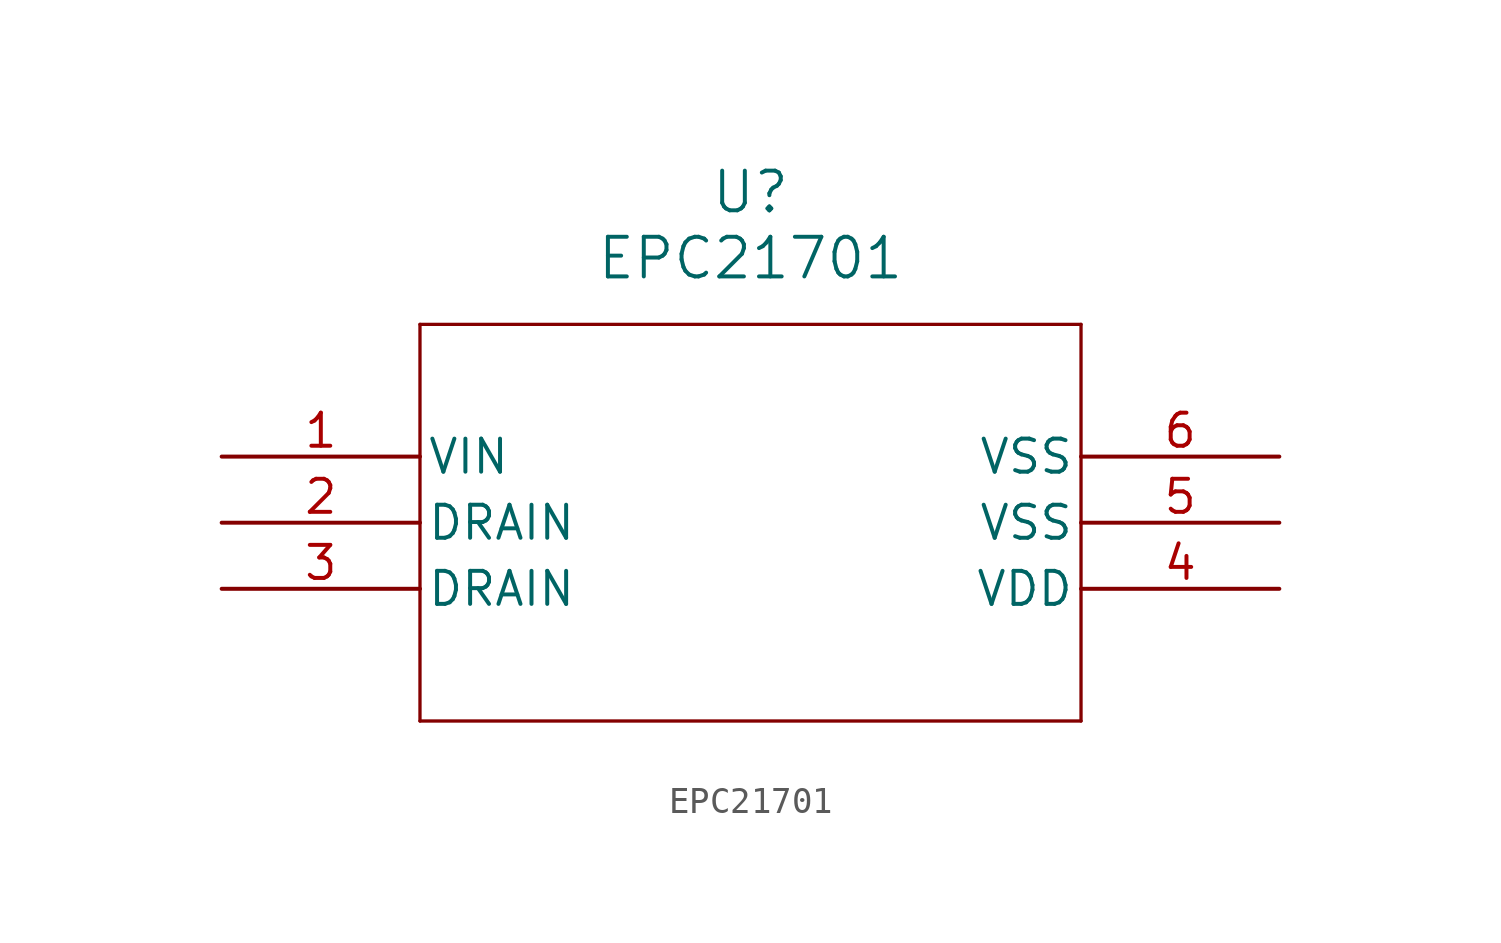
<source format=kicad_sym>
(kicad_symbol_lib
  (version 20211014)
  (generator kicad_symbol_editor)
  (symbol "EPC21701"
    (pin_names
      (offset 0.254))
    (property "Reference" "U"
      (at 20.32 10.16 0)
      (effects (font (size 1.524 1.524))))
    (property "Value" "EPC21701"
      (at 20.32 7.62 0)
      (effects (font (size 1.524 1.524))))
    (symbol "EPC21701_0_1"
      (polyline (pts (xy 7.62 5.08) (xy 7.62 -10.16)) (stroke (width 0.127) (type default) (color 0 0 0 0)) (fill (type none)))
      (polyline (pts (xy 7.62 -10.16) (xy 33.02 -10.16)) (stroke (width 0.127) (type default) (color 0 0 0 0)) (fill (type none)))
      (polyline (pts (xy 33.02 -10.16) (xy 33.02 5.08)) (stroke (width 0.127) (type default) (color 0 0 0 0)) (fill (type none)))
      (polyline (pts (xy 33.02 5.08) (xy 7.62 5.08)) (stroke (width 0.127) (type default) (color 0 0 0 0)) (fill (type none)))
      (pin input line (at 0 0 0) (length 7.62) (name "VIN" (effects (font (size 1.27 1.27)))) (number "1" (effects (font (size 1.27 1.27)))))
      (pin unspecified line (at 0 -2.54 0) (length 7.62) (name "DRAIN" (effects (font (size 1.27 1.27)))) (number "2" (effects (font (size 1.27 1.27)))))
      (pin unspecified line (at 0 -5.08 0) (length 7.62) (name "DRAIN" (effects (font (size 1.27 1.27)))) (number "3" (effects (font (size 1.27 1.27)))))
      (pin power_in line (at 40.64 -5.08 180) (length 7.62) (name "VDD" (effects (font (size 1.27 1.27)))) (number "4" (effects (font (size 1.27 1.27)))))
      (pin power_out line (at 40.64 -2.54 180) (length 7.62) (name "VSS" (effects (font (size 1.27 1.27)))) (number "5" (effects (font (size 1.27 1.27)))))
      (pin power_out line (at 40.64 0 180) (length 7.62) (name "VSS" (effects (font (size 1.27 1.27)))) (number "6" (effects (font (size 1.27 1.27))))))))
</source>
